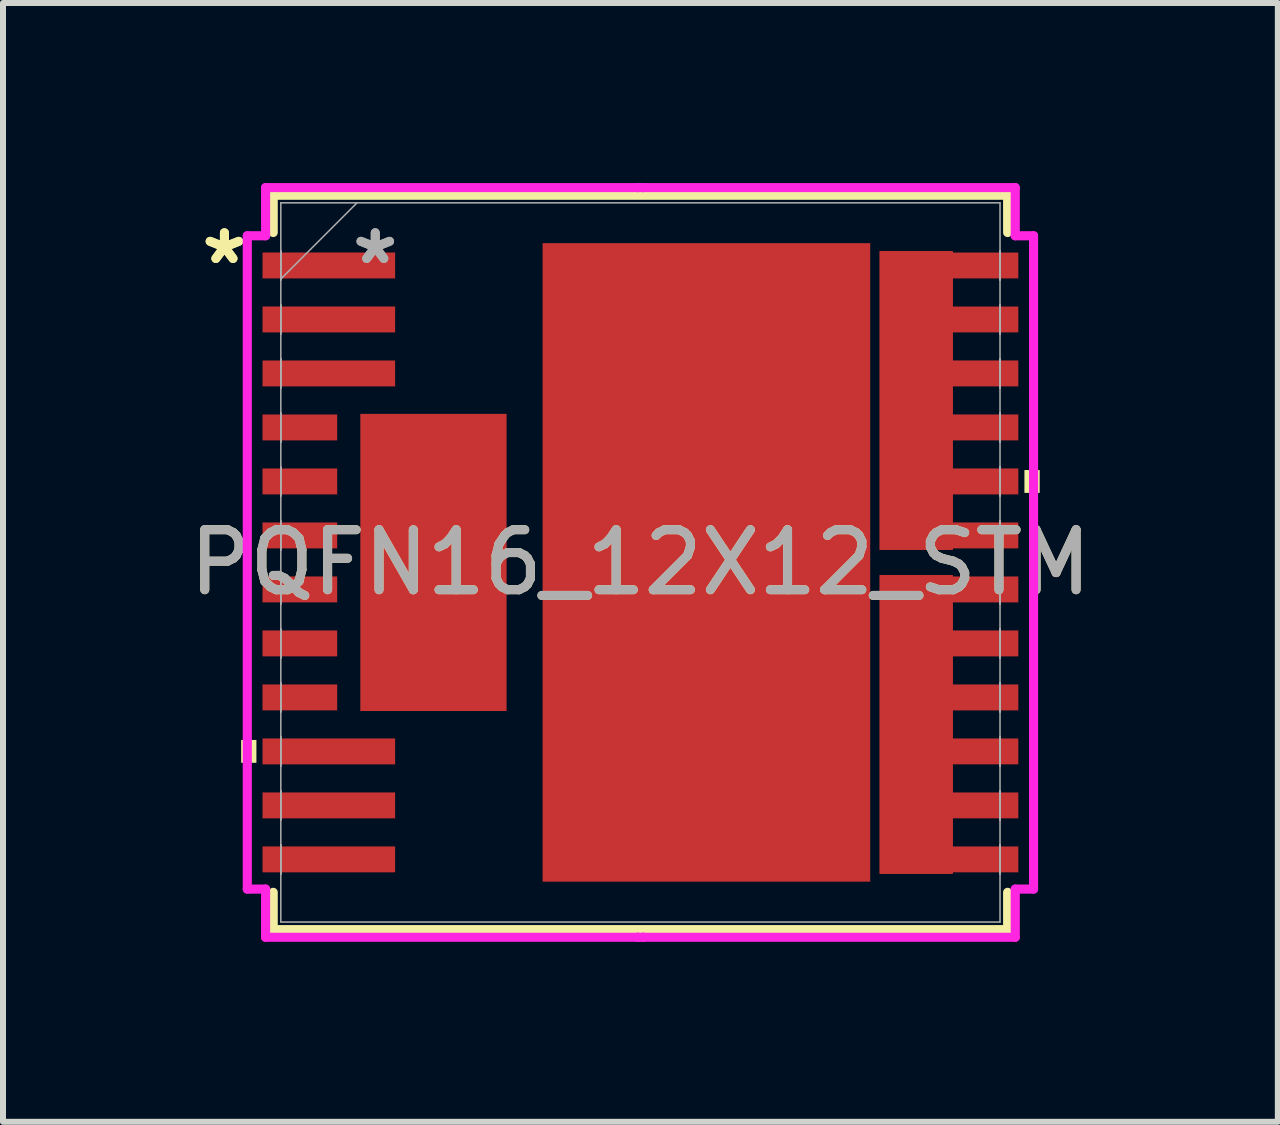
<source format=kicad_pcb>
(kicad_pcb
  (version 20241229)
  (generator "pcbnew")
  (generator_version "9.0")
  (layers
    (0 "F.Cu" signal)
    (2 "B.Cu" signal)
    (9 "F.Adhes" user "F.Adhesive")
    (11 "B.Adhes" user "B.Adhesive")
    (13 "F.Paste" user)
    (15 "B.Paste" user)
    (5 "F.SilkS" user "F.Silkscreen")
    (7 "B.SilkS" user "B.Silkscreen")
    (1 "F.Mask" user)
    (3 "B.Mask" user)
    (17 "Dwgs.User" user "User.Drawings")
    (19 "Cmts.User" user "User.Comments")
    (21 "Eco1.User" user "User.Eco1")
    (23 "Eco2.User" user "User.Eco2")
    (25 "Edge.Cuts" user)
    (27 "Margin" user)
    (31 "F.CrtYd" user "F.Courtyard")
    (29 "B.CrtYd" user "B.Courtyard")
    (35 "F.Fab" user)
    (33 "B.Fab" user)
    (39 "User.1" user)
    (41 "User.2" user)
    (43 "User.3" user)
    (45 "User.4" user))
  (footprint "PQFN16_12X12_STM"
    (layer "F.Cu")
    (at 7.625 6.325)
    (property "Reference" "PQFN16_12X12_STM" (at 0 0 0) (unlocked yes) (layer "F.SilkS") (effects (font (size 1 1) (thickness 0.15))))
    (attr smd)
    (fp_poly (pts (xy 3.988 -0.209) (xy 5.207 -0.209) (xy 5.207 -0.234) (xy 6.299 -0.234) (xy 6.299 -0.666) (xy 5.207 -0.666) (xy 5.207 -1.134) (xy 6.299 -1.134) (xy 6.299 -1.566) (xy 5.207 -1.566) (xy 5.207 -2.034) (xy 6.299 -2.034) (xy 6.299 -2.466) (xy 5.207 -2.466) (xy 5.207 -2.934) (xy 6.299 -2.934) (xy 6.299 -3.366) (xy 5.207 -3.366) (xy 5.207 -3.834) (xy 6.299 -3.834) (xy 6.299 -4.266) (xy 5.207 -4.266) (xy 5.207 -4.734) (xy 6.299 -4.734) (xy 6.299 -5.166) (xy 5.207 -5.166) (xy 5.207 -5.189) (xy 3.988 -5.191)) (stroke (width 0) (type solid)) (fill yes) (layer "F.Cu"))
    (fp_poly (pts (xy 3.988 5.191) (xy 5.207 5.191) (xy 5.207 5.166) (xy 6.299 5.166) (xy 6.299 4.734) (xy 5.207 4.734) (xy 5.207 4.266) (xy 6.299 4.266) (xy 6.299 3.834) (xy 5.207 3.834) (xy 5.207 3.366) (xy 6.299 3.366) (xy 6.299 2.934) (xy 5.207 2.934) (xy 5.207 2.466) (xy 6.299 2.466) (xy 6.299 2.034) (xy 5.207 2.034) (xy 5.207 1.566) (xy 6.299 1.566) (xy 6.299 1.134) (xy 5.207 1.134) (xy 5.207 0.666) (xy 6.299 0.666) (xy 6.299 0.234) (xy 5.207 0.234) (xy 5.207 0.211) (xy 3.988 0.209)) (stroke (width 0) (type solid)) (fill yes) (layer "F.Cu"))
    (fp_poly (pts (xy 3.988 -0.209) (xy 5.207 -0.209) (xy 5.207 -0.234) (xy 6.299 -0.234) (xy 6.299 -0.666) (xy 5.207 -0.666) (xy 5.207 -1.134) (xy 6.299 -1.134) (xy 6.299 -1.566) (xy 5.207 -1.566) (xy 5.207 -2.034) (xy 6.299 -2.034) (xy 6.299 -2.466) (xy 5.207 -2.466) (xy 5.207 -2.934) (xy 6.299 -2.934) (xy 6.299 -3.366) (xy 5.207 -3.366) (xy 5.207 -3.834) (xy 6.299 -3.834) (xy 6.299 -4.266) (xy 5.207 -4.266) (xy 5.207 -4.734) (xy 6.299 -4.734) (xy 6.299 -5.166) (xy 5.207 -5.166) (xy 5.207 -5.189) (xy 3.988 -5.191)) (stroke (width 0) (type solid)) (fill yes) (layer "F.Mask"))
    (fp_poly (pts (xy 3.988 5.191) (xy 5.207 5.191) (xy 5.207 5.166) (xy 6.299 5.166) (xy 6.299 4.734) (xy 5.207 4.734) (xy 5.207 4.266) (xy 6.299 4.266) (xy 6.299 3.834) (xy 5.207 3.834) (xy 5.207 3.366) (xy 6.299 3.366) (xy 6.299 2.934) (xy 5.207 2.934) (xy 5.207 2.466) (xy 6.299 2.466) (xy 6.299 2.034) (xy 5.207 2.034) (xy 5.207 1.566) (xy 6.299 1.566) (xy 6.299 1.134) (xy 5.207 1.134) (xy 5.207 0.666) (xy 6.299 0.666) (xy 6.299 0.234) (xy 5.207 0.234) (xy 5.207 0.211) (xy 3.988 0.209)) (stroke (width 0) (type solid)) (fill yes) (layer "F.Mask"))
    (fp_line (start -6.121 -6.121) (end -6.121 -5.499) (stroke (width 0.152) (type solid)) (layer "F.SilkS"))
    (fp_line (start -6.121 5.499) (end -6.121 6.121) (stroke (width 0.152) (type solid)) (layer "F.SilkS"))
    (fp_line (start -6.121 6.121) (end 6.121 6.121) (stroke (width 0.152) (type solid)) (layer "F.SilkS"))
    (fp_line (start 6.121 -6.121) (end -6.121 -6.121) (stroke (width 0.152) (type solid)) (layer "F.SilkS"))
    (fp_line (start 6.121 -5.499) (end 6.121 -6.121) (stroke (width 0.152) (type solid)) (layer "F.SilkS"))
    (fp_line (start 6.121 6.121) (end 6.121 5.499) (stroke (width 0.152) (type solid)) (layer "F.SilkS"))
    (fp_poly (pts (xy -6.655 2.959) (xy -6.655 3.34) (xy -6.401 3.34) (xy -6.401 2.959)) (stroke (width 0) (type solid)) (fill yes) (layer "F.SilkS"))
    (fp_poly (pts (xy 6.655 -1.54) (xy 6.655 -1.159) (xy 6.401 -1.159) (xy 6.401 -1.54)) (stroke (width 0) (type solid)) (fill yes) (layer "F.SilkS"))
    (fp_poly (pts (xy 3.988 -0.209) (xy 5.207 -0.209) (xy 5.207 -0.234) (xy 6.299 -0.234) (xy 6.299 -0.666) (xy 5.207 -0.666) (xy 5.207 -1.134) (xy 6.299 -1.134) (xy 6.299 -1.566) (xy 5.207 -1.566) (xy 5.207 -2.034) (xy 6.299 -2.034) (xy 6.299 -2.466) (xy 5.207 -2.466) (xy 5.207 -2.934) (xy 6.299 -2.934) (xy 6.299 -3.366) (xy 5.207 -3.366) (xy 5.207 -3.834) (xy 6.299 -3.834) (xy 6.299 -4.266) (xy 5.207 -4.266) (xy 5.207 -4.734) (xy 6.299 -4.734) (xy 6.299 -5.166) (xy 5.207 -5.166) (xy 5.207 -5.189) (xy 3.988 -5.191)) (stroke (width 0) (type solid)) (fill yes) (layer "F.Paste"))
    (fp_poly (pts (xy 3.988 5.191) (xy 5.207 5.191) (xy 5.207 5.166) (xy 6.299 5.166) (xy 6.299 4.734) (xy 5.207 4.734) (xy 5.207 4.266) (xy 6.299 4.266) (xy 6.299 3.834) (xy 5.207 3.834) (xy 5.207 3.366) (xy 6.299 3.366) (xy 6.299 2.934) (xy 5.207 2.934) (xy 5.207 2.466) (xy 6.299 2.466) (xy 6.299 2.034) (xy 5.207 2.034) (xy 5.207 1.566) (xy 6.299 1.566) (xy 6.299 1.134) (xy 5.207 1.134) (xy 5.207 0.666) (xy 6.299 0.666) (xy 6.299 0.234) (xy 5.207 0.234) (xy 5.207 0.211) (xy 3.988 0.209)) (stroke (width 0) (type solid)) (fill yes) (layer "F.Paste"))
    (fp_line (start -6.553 -5.445) (end -6.248 -5.445) (stroke (width 0.152) (type solid)) (layer "F.CrtYd"))
    (fp_line (start -6.553 5.445) (end -6.553 -5.445) (stroke (width 0.152) (type solid)) (layer "F.CrtYd"))
    (fp_line (start -6.248 -6.248) (end -0.045 -6.248) (stroke (width 0.152) (type solid)) (layer "F.CrtYd"))
    (fp_line (start -6.248 -5.445) (end -6.248 -6.248) (stroke (width 0.152) (type solid)) (layer "F.CrtYd"))
    (fp_line (start -6.248 5.445) (end -6.553 5.445) (stroke (width 0.152) (type solid)) (layer "F.CrtYd"))
    (fp_line (start -6.248 6.248) (end -6.248 5.445) (stroke (width 0.152) (type solid)) (layer "F.CrtYd"))
    (fp_line (start -0.045 -6.248) (end -0.045 -6.248) (stroke (width 0.152) (type solid)) (layer "F.CrtYd"))
    (fp_line (start -0.045 -6.248) (end 0.045 -6.248) (stroke (width 0.152) (type solid)) (layer "F.CrtYd"))
    (fp_line (start -0.045 6.248) (end -6.248 6.248) (stroke (width 0.152) (type solid)) (layer "F.CrtYd"))
    (fp_line (start -0.045 6.248) (end -0.045 6.248) (stroke (width 0.152) (type solid)) (layer "F.CrtYd"))
    (fp_line (start 0.045 -6.248) (end 0.045 -6.248) (stroke (width 0.152) (type solid)) (layer "F.CrtYd"))
    (fp_line (start 0.045 -6.248) (end 6.248 -6.248) (stroke (width 0.152) (type solid)) (layer "F.CrtYd"))
    (fp_line (start 0.045 6.248) (end -0.045 6.248) (stroke (width 0.152) (type solid)) (layer "F.CrtYd"))
    (fp_line (start 0.045 6.248) (end 0.045 6.248) (stroke (width 0.152) (type solid)) (layer "F.CrtYd"))
    (fp_line (start 6.248 -6.248) (end 6.248 -5.445) (stroke (width 0.152) (type solid)) (layer "F.CrtYd"))
    (fp_line (start 6.248 -5.445) (end 6.553 -5.445) (stroke (width 0.152) (type solid)) (layer "F.CrtYd"))
    (fp_line (start 6.248 5.445) (end 6.248 6.248) (stroke (width 0.152) (type solid)) (layer "F.CrtYd"))
    (fp_line (start 6.248 6.248) (end 0.045 6.248) (stroke (width 0.152) (type solid)) (layer "F.CrtYd"))
    (fp_line (start 6.553 -5.445) (end 6.553 5.445) (stroke (width 0.152) (type solid)) (layer "F.CrtYd"))
    (fp_line (start 6.553 5.445) (end 6.248 5.445) (stroke (width 0.152) (type solid)) (layer "F.CrtYd"))
    (fp_line (start -5.994 -5.994) (end -5.994 5.994) (stroke (width 0.025) (type solid)) (layer "F.Fab"))
    (fp_line (start -5.994 -5.191) (end -5.994 -5.191) (stroke (width 0.025) (type solid)) (layer "F.Fab"))
    (fp_line (start -5.994 -5.191) (end -5.994 -4.709) (stroke (width 0.025) (type solid)) (layer "F.Fab"))
    (fp_line (start -5.994 -4.724) (end -4.724 -5.994) (stroke (width 0.025) (type solid)) (layer "F.Fab"))
    (fp_line (start -5.994 -4.709) (end -5.994 -5.191) (stroke (width 0.025) (type solid)) (layer "F.Fab"))
    (fp_line (start -5.994 -4.709) (end -5.994 -4.709) (stroke (width 0.025) (type solid)) (layer "F.Fab"))
    (fp_line (start -5.994 -4.291) (end -5.994 -4.291) (stroke (width 0.025) (type solid)) (layer "F.Fab"))
    (fp_line (start -5.994 -4.291) (end -5.994 -3.809) (stroke (width 0.025) (type solid)) (layer "F.Fab"))
    (fp_line (start -5.994 -3.809) (end -5.994 -4.291) (stroke (width 0.025) (type solid)) (layer "F.Fab"))
    (fp_line (start -5.994 -3.809) (end -5.994 -3.809) (stroke (width 0.025) (type solid)) (layer "F.Fab"))
    (fp_line (start -5.994 -3.391) (end -5.994 -3.391) (stroke (width 0.025) (type solid)) (layer "F.Fab"))
    (fp_line (start -5.994 -3.391) (end -5.994 -2.909) (stroke (width 0.025) (type solid)) (layer "F.Fab"))
    (fp_line (start -5.994 -2.909) (end -5.994 -3.391) (stroke (width 0.025) (type solid)) (layer "F.Fab"))
    (fp_line (start -5.994 -2.909) (end -5.994 -2.909) (stroke (width 0.025) (type solid)) (layer "F.Fab"))
    (fp_line (start -5.994 -2.491) (end -5.994 -2.491) (stroke (width 0.025) (type solid)) (layer "F.Fab"))
    (fp_line (start -5.994 -2.491) (end -5.994 -2.009) (stroke (width 0.025) (type solid)) (layer "F.Fab"))
    (fp_line (start -5.994 -2.009) (end -5.994 -2.491) (stroke (width 0.025) (type solid)) (layer "F.Fab"))
    (fp_line (start -5.994 -2.009) (end -5.994 -2.009) (stroke (width 0.025) (type solid)) (layer "F.Fab"))
    (fp_line (start -5.994 -1.591) (end -5.994 -1.591) (stroke (width 0.025) (type solid)) (layer "F.Fab"))
    (fp_line (start -5.994 -1.591) (end -5.994 -1.109) (stroke (width 0.025) (type solid)) (layer "F.Fab"))
    (fp_line (start -5.994 -1.109) (end -5.994 -1.591) (stroke (width 0.025) (type solid)) (layer "F.Fab"))
    (fp_line (start -5.994 -1.109) (end -5.994 -1.109) (stroke (width 0.025) (type solid)) (layer "F.Fab"))
    (fp_line (start -5.994 -0.691) (end -5.994 -0.691) (stroke (width 0.025) (type solid)) (layer "F.Fab"))
    (fp_line (start -5.994 -0.691) (end -5.994 -0.209) (stroke (width 0.025) (type solid)) (layer "F.Fab"))
    (fp_line (start -5.994 -0.209) (end -5.994 -0.691) (stroke (width 0.025) (type solid)) (layer "F.Fab"))
    (fp_line (start -5.994 -0.209) (end -5.994 -0.209) (stroke (width 0.025) (type solid)) (layer "F.Fab"))
    (fp_line (start -5.994 0.209) (end -5.994 0.209) (stroke (width 0.025) (type solid)) (layer "F.Fab"))
    (fp_line (start -5.994 0.209) (end -5.994 0.691) (stroke (width 0.025) (type solid)) (layer "F.Fab"))
    (fp_line (start -5.994 0.691) (end -5.994 0.209) (stroke (width 0.025) (type solid)) (layer "F.Fab"))
    (fp_line (start -5.994 0.691) (end -5.994 0.691) (stroke (width 0.025) (type solid)) (layer "F.Fab"))
    (fp_line (start -5.994 1.109) (end -5.994 1.109) (stroke (width 0.025) (type solid)) (layer "F.Fab"))
    (fp_line (start -5.994 1.109) (end -5.994 1.591) (stroke (width 0.025) (type solid)) (layer "F.Fab"))
    (fp_line (start -5.994 1.591) (end -5.994 1.109) (stroke (width 0.025) (type solid)) (layer "F.Fab"))
    (fp_line (start -5.994 1.591) (end -5.994 1.591) (stroke (width 0.025) (type solid)) (layer "F.Fab"))
    (fp_line (start -5.994 2.009) (end -5.994 2.009) (stroke (width 0.025) (type solid)) (layer "F.Fab"))
    (fp_line (start -5.994 2.009) (end -5.994 2.491) (stroke (width 0.025) (type solid)) (layer "F.Fab"))
    (fp_line (start -5.994 2.491) (end -5.994 2.009) (stroke (width 0.025) (type solid)) (layer "F.Fab"))
    (fp_line (start -5.994 2.491) (end -5.994 2.491) (stroke (width 0.025) (type solid)) (layer "F.Fab"))
    (fp_line (start -5.994 2.909) (end -5.994 2.909) (stroke (width 0.025) (type solid)) (layer "F.Fab"))
    (fp_line (start -5.994 2.909) (end -5.994 3.391) (stroke (width 0.025) (type solid)) (layer "F.Fab"))
    (fp_line (start -5.994 3.391) (end -5.994 2.909) (stroke (width 0.025) (type solid)) (layer "F.Fab"))
    (fp_line (start -5.994 3.391) (end -5.994 3.391) (stroke (width 0.025) (type solid)) (layer "F.Fab"))
    (fp_line (start -5.994 3.809) (end -5.994 3.809) (stroke (width 0.025) (type solid)) (layer "F.Fab"))
    (fp_line (start -5.994 3.809) (end -5.994 4.291) (stroke (width 0.025) (type solid)) (layer "F.Fab"))
    (fp_line (start -5.994 4.291) (end -5.994 3.809) (stroke (width 0.025) (type solid)) (layer "F.Fab"))
    (fp_line (start -5.994 4.291) (end -5.994 4.291) (stroke (width 0.025) (type solid)) (layer "F.Fab"))
    (fp_line (start -5.994 4.709) (end -5.994 4.709) (stroke (width 0.025) (type solid)) (layer "F.Fab"))
    (fp_line (start -5.994 4.709) (end -5.994 5.191) (stroke (width 0.025) (type solid)) (layer "F.Fab"))
    (fp_line (start -5.994 5.191) (end -5.994 4.709) (stroke (width 0.025) (type solid)) (layer "F.Fab"))
    (fp_line (start -5.994 5.191) (end -5.994 5.191) (stroke (width 0.025) (type solid)) (layer "F.Fab"))
    (fp_line (start -5.994 5.994) (end 5.994 5.994) (stroke (width 0.025) (type solid)) (layer "F.Fab"))
    (fp_line (start 5.994 -5.994) (end -5.994 -5.994) (stroke (width 0.025) (type solid)) (layer "F.Fab"))
    (fp_line (start 5.994 -5.191) (end 5.994 -5.191) (stroke (width 0.025) (type solid)) (layer "F.Fab"))
    (fp_line (start 5.994 -5.191) (end 5.994 -4.709) (stroke (width 0.025) (type solid)) (layer "F.Fab"))
    (fp_line (start 5.994 -4.709) (end 5.994 -5.191) (stroke (width 0.025) (type solid)) (layer "F.Fab"))
    (fp_line (start 5.994 -4.709) (end 5.994 -4.709) (stroke (width 0.025) (type solid)) (layer "F.Fab"))
    (fp_line (start 5.994 -4.291) (end 5.994 -4.291) (stroke (width 0.025) (type solid)) (layer "F.Fab"))
    (fp_line (start 5.994 -4.291) (end 5.994 -3.809) (stroke (width 0.025) (type solid)) (layer "F.Fab"))
    (fp_line (start 5.994 -3.809) (end 5.994 -4.291) (stroke (width 0.025) (type solid)) (layer "F.Fab"))
    (fp_line (start 5.994 -3.809) (end 5.994 -3.809) (stroke (width 0.025) (type solid)) (layer "F.Fab"))
    (fp_line (start 5.994 -3.391) (end 5.994 -3.391) (stroke (width 0.025) (type solid)) (layer "F.Fab"))
    (fp_line (start 5.994 -3.391) (end 5.994 -2.909) (stroke (width 0.025) (type solid)) (layer "F.Fab"))
    (fp_line (start 5.994 -2.909) (end 5.994 -3.391) (stroke (width 0.025) (type solid)) (layer "F.Fab"))
    (fp_line (start 5.994 -2.909) (end 5.994 -2.909) (stroke (width 0.025) (type solid)) (layer "F.Fab"))
    (fp_line (start 5.994 -2.491) (end 5.994 -2.491) (stroke (width 0.025) (type solid)) (layer "F.Fab"))
    (fp_line (start 5.994 -2.491) (end 5.994 -2.009) (stroke (width 0.025) (type solid)) (layer "F.Fab"))
    (fp_line (start 5.994 -2.009) (end 5.994 -2.491) (stroke (width 0.025) (type solid)) (layer "F.Fab"))
    (fp_line (start 5.994 -2.009) (end 5.994 -2.009) (stroke (width 0.025) (type solid)) (layer "F.Fab"))
    (fp_line (start 5.994 -1.591) (end 5.994 -1.591) (stroke (width 0.025) (type solid)) (layer "F.Fab"))
    (fp_line (start 5.994 -1.591) (end 5.994 -1.109) (stroke (width 0.025) (type solid)) (layer "F.Fab"))
    (fp_line (start 5.994 -1.109) (end 5.994 -1.591) (stroke (width 0.025) (type solid)) (layer "F.Fab"))
    (fp_line (start 5.994 -1.109) (end 5.994 -1.109) (stroke (width 0.025) (type solid)) (layer "F.Fab"))
    (fp_line (start 5.994 -0.691) (end 5.994 -0.691) (stroke (width 0.025) (type solid)) (layer "F.Fab"))
    (fp_line (start 5.994 -0.691) (end 5.994 -0.209) (stroke (width 0.025) (type solid)) (layer "F.Fab"))
    (fp_line (start 5.994 -0.209) (end 5.994 -0.691) (stroke (width 0.025) (type solid)) (layer "F.Fab"))
    (fp_line (start 5.994 -0.209) (end 5.994 -0.209) (stroke (width 0.025) (type solid)) (layer "F.Fab"))
    (fp_line (start 5.994 0.209) (end 5.994 0.209) (stroke (width 0.025) (type solid)) (layer "F.Fab"))
    (fp_line (start 5.994 0.209) (end 5.994 0.691) (stroke (width 0.025) (type solid)) (layer "F.Fab"))
    (fp_line (start 5.994 0.691) (end 5.994 0.209) (stroke (width 0.025) (type solid)) (layer "F.Fab"))
    (fp_line (start 5.994 0.691) (end 5.994 0.691) (stroke (width 0.025) (type solid)) (layer "F.Fab"))
    (fp_line (start 5.994 1.109) (end 5.994 1.109) (stroke (width 0.025) (type solid)) (layer "F.Fab"))
    (fp_line (start 5.994 1.109) (end 5.994 1.591) (stroke (width 0.025) (type solid)) (layer "F.Fab"))
    (fp_line (start 5.994 1.591) (end 5.994 1.109) (stroke (width 0.025) (type solid)) (layer "F.Fab"))
    (fp_line (start 5.994 1.591) (end 5.994 1.591) (stroke (width 0.025) (type solid)) (layer "F.Fab"))
    (fp_line (start 5.994 2.009) (end 5.994 2.009) (stroke (width 0.025) (type solid)) (layer "F.Fab"))
    (fp_line (start 5.994 2.009) (end 5.994 2.491) (stroke (width 0.025) (type solid)) (layer "F.Fab"))
    (fp_line (start 5.994 2.491) (end 5.994 2.009) (stroke (width 0.025) (type solid)) (layer "F.Fab"))
    (fp_line (start 5.994 2.491) (end 5.994 2.491) (stroke (width 0.025) (type solid)) (layer "F.Fab"))
    (fp_line (start 5.994 2.909) (end 5.994 2.909) (stroke (width 0.025) (type solid)) (layer "F.Fab"))
    (fp_line (start 5.994 2.909) (end 5.994 3.391) (stroke (width 0.025) (type solid)) (layer "F.Fab"))
    (fp_line (start 5.994 3.391) (end 5.994 2.909) (stroke (width 0.025) (type solid)) (layer "F.Fab"))
    (fp_line (start 5.994 3.391) (end 5.994 3.391) (stroke (width 0.025) (type solid)) (layer "F.Fab"))
    (fp_line (start 5.994 3.809) (end 5.994 3.809) (stroke (width 0.025) (type solid)) (layer "F.Fab"))
    (fp_line (start 5.994 3.809) (end 5.994 4.291) (stroke (width 0.025) (type solid)) (layer "F.Fab"))
    (fp_line (start 5.994 4.291) (end 5.994 3.809) (stroke (width 0.025) (type solid)) (layer "F.Fab"))
    (fp_line (start 5.994 4.291) (end 5.994 4.291) (stroke (width 0.025) (type solid)) (layer "F.Fab"))
    (fp_line (start 5.994 4.709) (end 5.994 4.709) (stroke (width 0.025) (type solid)) (layer "F.Fab"))
    (fp_line (start 5.994 4.709) (end 5.994 5.191) (stroke (width 0.025) (type solid)) (layer "F.Fab"))
    (fp_line (start 5.994 5.191) (end 5.994 4.709) (stroke (width 0.025) (type solid)) (layer "F.Fab"))
    (fp_line (start 5.994 5.191) (end 5.994 5.191) (stroke (width 0.025) (type solid)) (layer "F.Fab"))
    (fp_line (start 5.994 5.994) (end 5.994 -5.994) (stroke (width 0.025) (type solid)) (layer "F.Fab"))
    (fp_text user "*" (at -6.934 -4.95 0) (layer "F.SilkS") (effects (font (size 1 1) (thickness 0.15))))
    (fp_text user "*" (at -6.934 -4.95 0) (unlocked yes) (layer "F.SilkS") (effects (font (size 1 1) (thickness 0.15))))
    (fp_text user "${REFERENCE}" (at 0 0 0) (unlocked yes) (layer "F.Fab") (effects (font (size 1 1) (thickness 0.15))))
    (fp_text user "*" (at -4.42 -4.95 0) (unlocked yes) (layer "F.Fab") (effects (font (size 1 1) (thickness 0.15))))
    (fp_text user "*" (at -4.42 -4.95 0) (layer "F.Fab") (effects (font (size 1 1) (thickness 0.15))))
    (pad "1" smd rect (at -5.194 -4.95 90) (size 0.432 2.21) (layers "F.Cu" "F.Mask" "F.Paste"))
    (pad "2" smd rect (at -5.194 -4.05 90) (size 0.432 2.21) (layers "F.Cu" "F.Mask" "F.Paste"))
    (pad "3" smd rect (at -5.194 -3.15 90) (size 0.432 2.21) (layers "F.Cu" "F.Mask" "F.Paste"))
    (pad "4" smd rect (at -5.677 -2.25 90) (size 0.432 1.245) (layers "F.Cu" "F.Mask" "F.Paste"))
    (pad "5" smd rect (at -5.677 -1.35 90) (size 0.432 1.245) (layers "F.Cu" "F.Mask" "F.Paste"))
    (pad "6" smd rect (at -5.677 -0.45 90) (size 0.432 1.245) (layers "F.Cu" "F.Mask" "F.Paste"))
    (pad "7" smd rect (at -5.677 0.45 90) (size 0.432 1.245) (layers "F.Cu" "F.Mask" "F.Paste"))
    (pad "8" smd rect (at -5.677 1.35 90) (size 0.432 1.245) (layers "F.Cu" "F.Mask" "F.Paste"))
    (pad "9" smd rect (at -5.677 2.25 90) (size 0.432 1.245) (layers "F.Cu" "F.Mask" "F.Paste"))
    (pad "10" smd rect (at -5.194 3.15 90) (size 0.432 2.21) (layers "F.Cu" "F.Mask" "F.Paste"))
    (pad "11" smd rect (at -5.194 4.05 90) (size 0.432 2.21) (layers "F.Cu" "F.Mask" "F.Paste"))
    (pad "12" smd rect (at -5.194 4.95 90) (size 0.432 2.21) (layers "F.Cu" "F.Mask" "F.Paste"))
    (pad "13" smd rect (at -3.45 0) (size 2.438 4.953) (layers "F.Cu" "F.Mask" "F.Paste"))
    (pad "14" smd rect (at 1.1 0) (size 5.461 10.643) (layers "F.Cu" "F.Mask" "F.Paste"))
    (pad "15" smd rect (at 4.597 2.7) (size 1.219 4.978) (layers "F.Cu" "F.Mask" "F.Paste"))
    (pad "16" smd rect (at 4.597 -2.7) (size 1.219 4.978) (layers "F.Cu" "F.Mask" "F.Paste")))
  (gr_rect
    (start -3 -3)
    (end 18.25 15.649)
    (stroke (width 0.1) (type default))
    (fill no)
    (layer "Edge.Cuts")))
</source>
